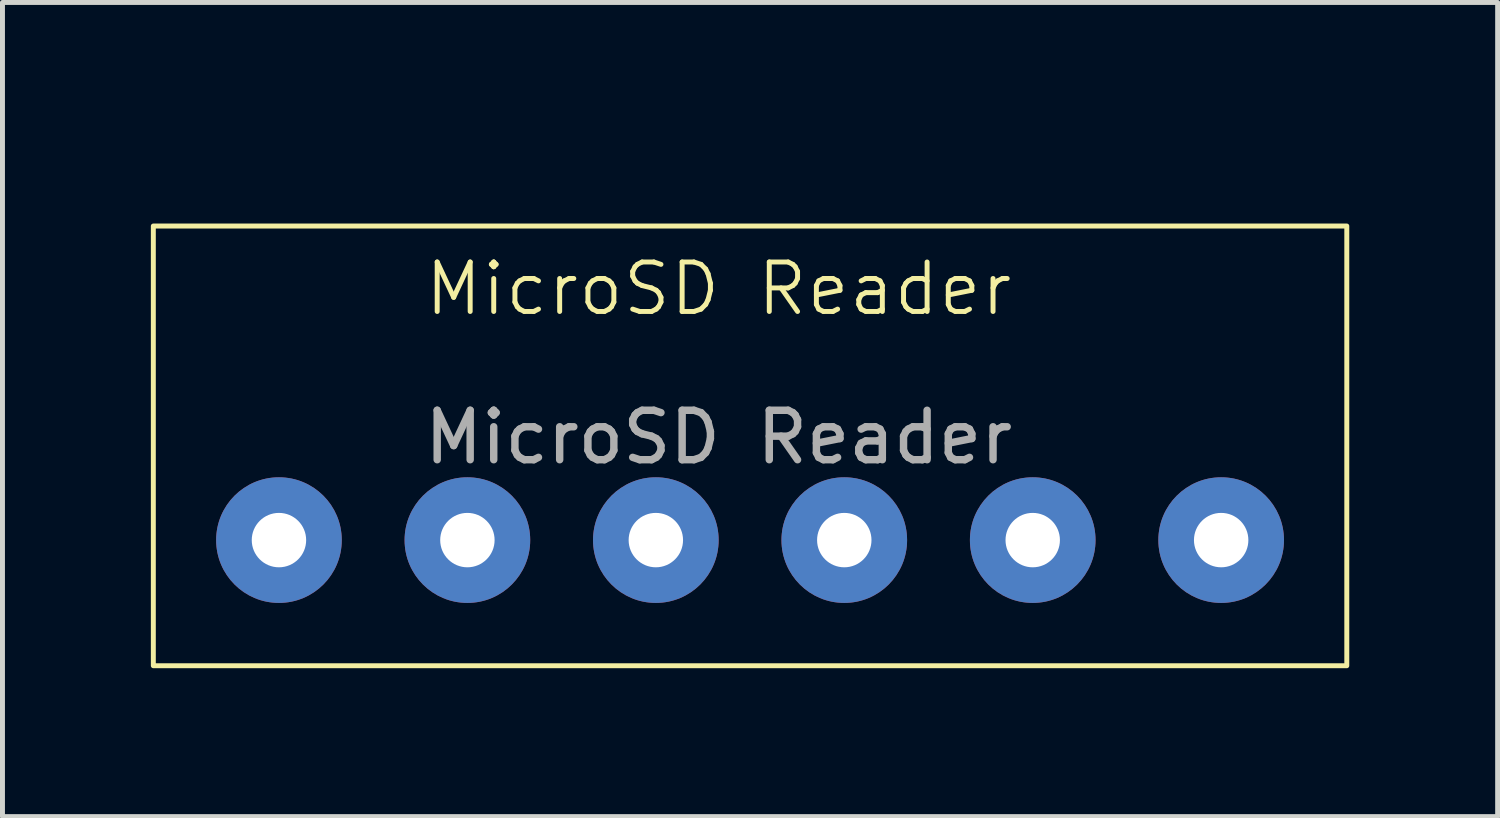
<source format=kicad_pcb>
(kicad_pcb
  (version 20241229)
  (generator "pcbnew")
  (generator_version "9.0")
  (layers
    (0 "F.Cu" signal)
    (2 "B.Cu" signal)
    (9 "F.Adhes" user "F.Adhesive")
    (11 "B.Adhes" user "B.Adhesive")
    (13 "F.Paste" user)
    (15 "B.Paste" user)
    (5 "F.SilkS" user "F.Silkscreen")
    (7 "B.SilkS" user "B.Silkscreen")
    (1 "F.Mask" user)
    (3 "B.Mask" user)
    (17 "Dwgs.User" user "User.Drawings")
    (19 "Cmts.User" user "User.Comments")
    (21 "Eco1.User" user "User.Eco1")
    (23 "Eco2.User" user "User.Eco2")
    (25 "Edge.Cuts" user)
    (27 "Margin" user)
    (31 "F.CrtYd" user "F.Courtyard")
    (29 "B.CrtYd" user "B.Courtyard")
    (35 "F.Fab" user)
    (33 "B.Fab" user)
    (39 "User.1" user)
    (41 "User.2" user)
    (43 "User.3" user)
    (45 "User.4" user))
  (footprint "MicroSD Reader"
    (layer "F.Cu")
    (at 11.48 0.25)
    (property "Reference" "MicroSD Reader" (at 0 2.54 0) (unlocked yes) (layer "F.SilkS") (effects (font (size 1 1) (thickness 0.1))))
    (attr through_hole)
    (fp_rect (start -11.43 1.27) (end 12.7 10.16) (stroke (width 0.1) (type default)) (fill no) (layer "F.SilkS"))
    (fp_text user "${REFERENCE}" (at 0 5.54 0) (unlocked yes) (layer "F.Fab") (effects (font (size 1 1) (thickness 0.15))))
    (pad "1" thru_hole circle (at -8.89 7.62) (size 2.54 2.54) (drill 1.1) (layers "*.Cu" "*.Mask"))
    (pad "2" thru_hole circle (at -5.08 7.62) (size 2.54 2.54) (drill 1.1) (layers "*.Cu" "*.Mask"))
    (pad "3" thru_hole circle (at -1.27 7.62) (size 2.54 2.54) (drill 1.1) (layers "*.Cu" "*.Mask"))
    (pad "4" thru_hole circle (at 2.54 7.62) (size 2.54 2.54) (drill 1.1) (layers "*.Cu" "*.Mask"))
    (pad "5" thru_hole circle (at 6.35 7.62) (size 2.54 2.54) (drill 1.1) (layers "*.Cu" "*.Mask"))
    (pad "6" thru_hole circle (at 10.16 7.62) (size 2.54 2.54) (drill 1.1) (layers "*.Cu" "*.Mask")))
  (gr_rect
    (start -3 -3)
    (end 27.23 13.46)
    (stroke (width 0.1) (type default))
    (fill no)
    (layer "Edge.Cuts")))
</source>
